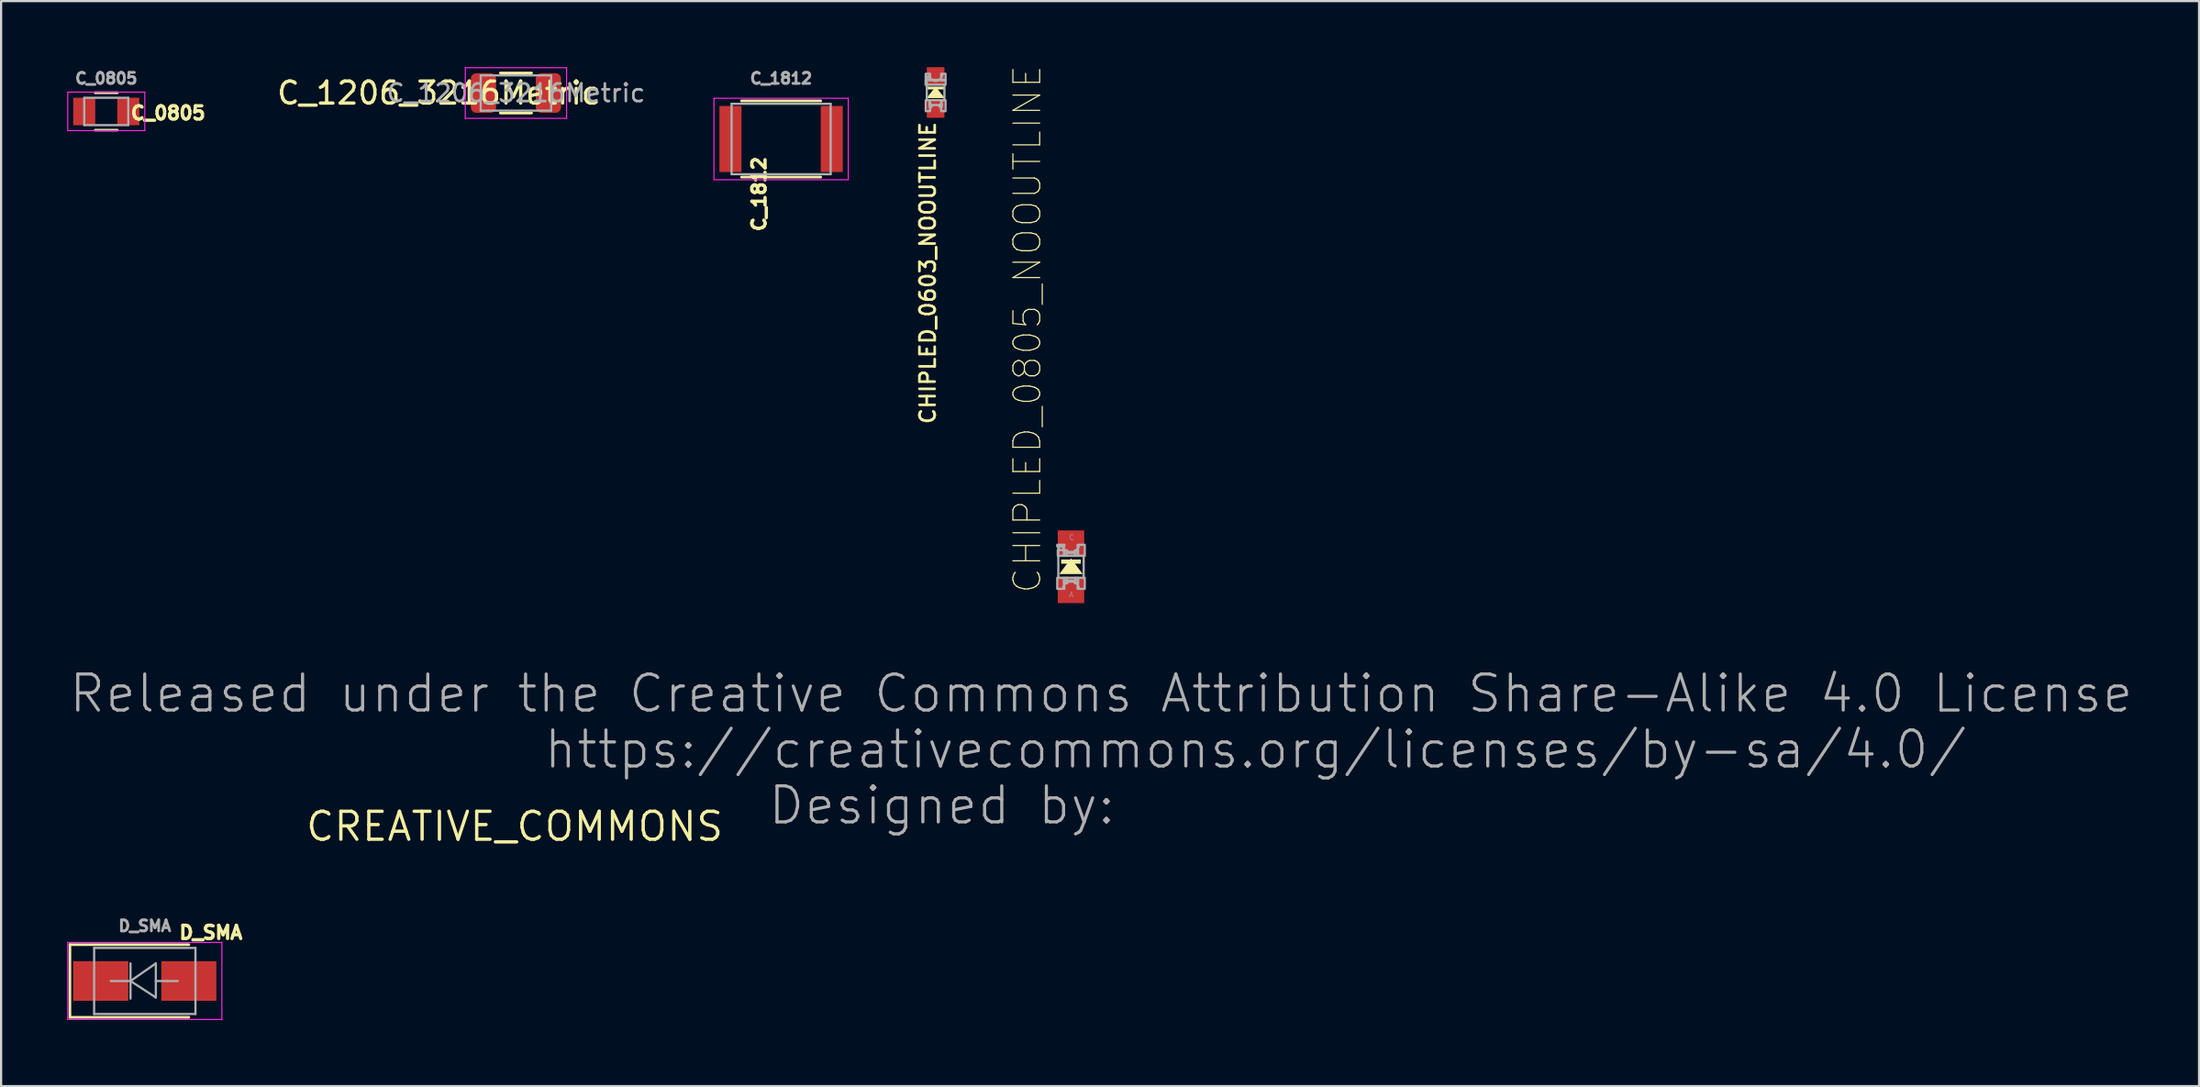
<source format=kicad_pcb>
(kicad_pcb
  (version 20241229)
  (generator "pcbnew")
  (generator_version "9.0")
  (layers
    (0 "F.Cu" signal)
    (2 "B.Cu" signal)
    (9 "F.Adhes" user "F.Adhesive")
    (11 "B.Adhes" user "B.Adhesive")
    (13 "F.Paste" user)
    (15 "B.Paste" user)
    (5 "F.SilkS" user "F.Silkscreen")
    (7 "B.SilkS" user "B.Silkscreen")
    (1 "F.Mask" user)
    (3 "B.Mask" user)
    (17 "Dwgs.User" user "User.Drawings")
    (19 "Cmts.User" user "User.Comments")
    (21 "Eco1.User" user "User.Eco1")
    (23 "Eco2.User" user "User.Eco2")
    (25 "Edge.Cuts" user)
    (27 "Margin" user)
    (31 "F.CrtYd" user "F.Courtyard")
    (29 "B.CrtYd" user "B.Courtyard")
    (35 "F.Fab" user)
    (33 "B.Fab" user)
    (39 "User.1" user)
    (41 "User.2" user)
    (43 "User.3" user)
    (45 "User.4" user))
  (footprint "CREATIVE_COMMONS"
    (layer "F.Cu")
    (at 20.32 34.483)
    (property "Reference" "CREATIVE_COMMONS" (at 0 0 0) (layer "F.SilkS") (effects (font (size 1.27 1.27) (thickness 0.15))))
    (fp_text user "Released under the Creative Commons Attribution Share-Alike 4.0 License" (at -20.32 -5.08 0) (layer "F.Fab") (effects (font (size 1.636 1.636) (thickness 0.142)) (justify left bottom)))
    (fp_text user " https://creativecommons.org/licenses/by-sa/4.0/" (at 0 -2.54 0) (layer "F.Fab") (effects (font (size 1.636 1.636) (thickness 0.142)) (justify left bottom)))
    (fp_text user "Designed by:" (at 11.43 0 0) (layer "F.Fab") (effects (font (size 1.636 1.636) (thickness 0.142)) (justify left bottom))))
  (footprint "CHIPLED_0603_NOOUTLINE"
    (layer "F.Cu")
    (at 39.435 1.15)
    (property "Reference" "CHIPLED_0603_NOOUTLINE" (at -0.762 1.27 270) (layer "F.SilkS") (effects (font (size 0.693 0.693) (thickness 0.12)) (justify right top)))
    (fp_poly (pts (xy 0.413 0.254) (xy -0.413 0.254) (xy 0 -0.262)) (stroke (width 0) (type default)) (fill yes) (layer "F.SilkS"))
    (fp_poly (pts (xy -0.381 -0.14) (xy 0.381 -0.14) (xy 0.381 -0.267) (xy -0.381 -0.267)) (stroke (width 0) (type default)) (fill yes) (layer "F.SilkS"))
    (fp_line (start -0.4 -0.375) (end -0.4 0.35) (stroke (width 0.102) (type solid)) (layer "F.Fab"))
    (fp_line (start 0.4 -0.35) (end 0.4 0.35) (stroke (width 0.102) (type solid)) (layer "F.Fab"))
    (fp_arc (start -0.275 0.825) (mid 0 0.55) (end 0.275 0.825) (stroke (width 0.0508) (type solid)) (layer "F.Fab"))
    (fp_arc (start 0.3 -0.799998) (mid -0.000001 -0.524966) (end -0.3 -0.8) (stroke (width 0.1016) (type solid)) (layer "F.Fab"))
    (fp_circle (center -0.35 -0.625) (end -0.275 -0.625) (stroke (width 0.051) (type solid)) (fill no) (layer "F.Fab"))
    (fp_poly (pts (xy -0.45 -0.7) (xy -0.25 -0.7) (xy -0.25 -0.85) (xy -0.45 -0.85)) (stroke (width 0.1) (type default)) (fill no) (layer "F.Fab"))
    (fp_poly (pts (xy -0.45 -0.35) (xy -0.4 -0.35) (xy -0.4 -0.725) (xy -0.45 -0.725)) (stroke (width 0.1) (type default)) (fill no) (layer "F.Fab"))
    (fp_poly (pts (xy -0.45 -0.35) (xy 0.45 -0.35) (xy 0.45 -0.575) (xy -0.45 -0.575)) (stroke (width 0.1) (type default)) (fill no) (layer "F.Fab"))
    (fp_poly (pts (xy -0.45 0.85) (xy -0.25 0.85) (xy -0.25 0.35) (xy -0.45 0.35)) (stroke (width 0.1) (type default)) (fill no) (layer "F.Fab"))
    (fp_poly (pts (xy -0.275 -0.55) (xy -0.225 -0.55) (xy -0.225 -0.6) (xy -0.275 -0.6)) (stroke (width 0.1) (type default)) (fill no) (layer "F.Fab"))
    (fp_poly (pts (xy -0.275 0.575) (xy 0.275 0.575) (xy 0.275 0.35) (xy -0.275 0.35)) (stroke (width 0.1) (type default)) (fill no) (layer "F.Fab"))
    (fp_poly (pts (xy -0.275 0.65) (xy -0.175 0.65) (xy -0.175 0.55) (xy -0.275 0.55)) (stroke (width 0.1) (type default)) (fill no) (layer "F.Fab"))
    (fp_poly (pts (xy 0.175 0.65) (xy 0.275 0.65) (xy 0.275 0.55) (xy 0.175 0.55)) (stroke (width 0.1) (type default)) (fill no) (layer "F.Fab"))
    (fp_poly (pts (xy 0.25 -0.55) (xy 0.45 -0.55) (xy 0.45 -0.85) (xy 0.25 -0.85)) (stroke (width 0.1) (type default)) (fill no) (layer "F.Fab"))
    (fp_poly (pts (xy 0.25 0.85) (xy 0.45 0.85) (xy 0.45 0.35) (xy 0.25 0.35)) (stroke (width 0.1) (type default)) (fill no) (layer "F.Fab"))
    (pad "A" smd rect (at 0 0.75) (size 0.8 0.8) (layers "F.Cu" "F.Mask" "F.Paste"))
    (pad "C" smd rect (at 0 -0.75) (size 0.8 0.8) (layers "F.Cu" "F.Mask" "F.Paste")))
  (footprint "D_SMA"
    (layer "F.Cu")
    (at 3.525 41.501)
    (property "Reference" "D_SMA" (at 3 -2.2 180) (layer "F.SilkS") (effects (font (size 0.6 0.6) (thickness 0.15))))
    (attr smd)
    (fp_line (start -3.4 -1.65) (end -3.4 1.65) (stroke (width 0.12) (type solid)) (layer "F.SilkS"))
    (fp_line (start -3.4 -1.65) (end 2 -1.65) (stroke (width 0.12) (type solid)) (layer "F.SilkS"))
    (fp_line (start -3.4 1.65) (end 2 1.65) (stroke (width 0.12) (type solid)) (layer "F.SilkS"))
    (fp_line (start -3.5 -1.75) (end 3.5 -1.75) (stroke (width 0.05) (type solid)) (layer "F.CrtYd"))
    (fp_line (start -3.5 1.75) (end -3.5 -1.75) (stroke (width 0.05) (type solid)) (layer "F.CrtYd"))
    (fp_line (start 3.5 -1.75) (end 3.5 1.75) (stroke (width 0.05) (type solid)) (layer "F.CrtYd"))
    (fp_line (start 3.5 1.75) (end -3.5 1.75) (stroke (width 0.05) (type solid)) (layer "F.CrtYd"))
    (fp_line (start -2.3 1.5) (end -2.3 -1.5) (stroke (width 0.1) (type solid)) (layer "F.Fab"))
    (fp_line (start -0.649 -0.799) (end -0.649 0.801) (stroke (width 0.1) (type solid)) (layer "F.Fab"))
    (fp_line (start -0.649 0.001) (end -1.551 0.001) (stroke (width 0.1) (type solid)) (layer "F.Fab"))
    (fp_line (start -0.649 0.001) (end 0.501 -0.799) (stroke (width 0.1) (type solid)) (layer "F.Fab"))
    (fp_line (start -0.649 0.001) (end 0.501 0.75) (stroke (width 0.1) (type solid)) (layer "F.Fab"))
    (fp_line (start 0.501 0.001) (end 1.499 0.001) (stroke (width 0.1) (type solid)) (layer "F.Fab"))
    (fp_line (start 0.501 0.75) (end 0.501 -0.799) (stroke (width 0.1) (type solid)) (layer "F.Fab"))
    (fp_line (start 2.3 -1.5) (end -2.3 -1.5) (stroke (width 0.1) (type solid)) (layer "F.Fab"))
    (fp_line (start 2.3 -1.5) (end 2.3 1.5) (stroke (width 0.1) (type solid)) (layer "F.Fab"))
    (fp_line (start 2.3 1.5) (end -2.3 1.5) (stroke (width 0.1) (type solid)) (layer "F.Fab"))
    (fp_text user "${REFERENCE}" (at 0 -2.5 0) (layer "F.Fab") (effects (font (size 0.5 0.5) (thickness 0.125))))
    (pad "1" smd rect (at -2 0) (size 2.5 1.8) (layers "F.Cu" "F.Mask" "F.Paste"))
    (pad "2" smd rect (at 2 0) (size 2.5 1.8) (layers "F.Cu" "F.Mask" "F.Paste")))
  (footprint "C_1206_3216Metric"
    (layer "F.Cu")
    (at 20.378 1.175)
    (property "Reference" "C_1206_3216Metric" (at -3.5 0 0) (layer "F.SilkS") (effects (font (size 1 1) (thickness 0.15))))
    (attr smd)
    (fp_line (start -0.711 -0.91) (end 0.711 -0.91) (stroke (width 0.12) (type solid)) (layer "F.SilkS"))
    (fp_line (start -0.711 0.91) (end 0.711 0.91) (stroke (width 0.12) (type solid)) (layer "F.SilkS"))
    (fp_line (start -2.3 -1.15) (end 2.3 -1.15) (stroke (width 0.05) (type solid)) (layer "F.CrtYd"))
    (fp_line (start -2.3 1.15) (end -2.3 -1.15) (stroke (width 0.05) (type solid)) (layer "F.CrtYd"))
    (fp_line (start 2.3 -1.15) (end 2.3 1.15) (stroke (width 0.05) (type solid)) (layer "F.CrtYd"))
    (fp_line (start 2.3 1.15) (end -2.3 1.15) (stroke (width 0.05) (type solid)) (layer "F.CrtYd"))
    (fp_line (start -1.6 -0.8) (end 1.6 -0.8) (stroke (width 0.1) (type solid)) (layer "F.Fab"))
    (fp_line (start -1.6 0.8) (end -1.6 -0.8) (stroke (width 0.1) (type solid)) (layer "F.Fab"))
    (fp_line (start 1.6 -0.8) (end 1.6 0.8) (stroke (width 0.1) (type solid)) (layer "F.Fab"))
    (fp_line (start 1.6 0.8) (end -1.6 0.8) (stroke (width 0.1) (type solid)) (layer "F.Fab"))
    (fp_text user "${REFERENCE}" (at 0 0 0) (layer "F.Fab") (effects (font (size 0.8 0.8) (thickness 0.12))))
    (pad "1" smd roundrect (at -1.475 0 180) (size 1.15 1.8) (layers "F.Cu" "F.Mask" "F.Paste") (roundrect_rratio 0.217))
    (pad "2" smd roundrect (at 1.475 0 180) (size 1.15 1.8) (layers "F.Cu" "F.Mask" "F.Paste") (roundrect_rratio 0.217)))
  (footprint "CHIPLED_0805_NOOUTLINE"
    (layer "F.Cu")
    (at 45.582 22.691)
    (property "Reference" "CHIPLED_0805_NOOUTLINE" (at -1.27 1.27 90) (layer "F.SilkS") (effects (font (size 1.217 1.217) (thickness 0.053)) (justify left bottom)))
    (fp_poly (pts (xy 0.533 0.33) (xy -0.533 0.33) (xy 0 -0.381)) (stroke (width 0) (type default)) (fill yes) (layer "F.SilkS"))
    (fp_poly (pts (xy -0.445 -0.141) (xy 0.445 -0.141) (xy 0.445 -0.331) (xy -0.445 -0.331)) (stroke (width 0) (type default)) (fill yes) (layer "F.SilkS"))
    (fp_line (start -0.575 0.5) (end -0.575 -0.925) (stroke (width 0.102) (type solid)) (layer "F.Fab"))
    (fp_line (start 0.575 -0.525) (end 0.575 0.525) (stroke (width 0.102) (type solid)) (layer "F.Fab"))
    (fp_arc (start -0.35 0.925) (mid -0.000001 0.625027) (end 0.35 0.924998) (stroke (width 0.1016) (type solid)) (layer "F.Fab"))
    (fp_arc (start 0.35 -0.924998) (mid -0.000001 -0.625027) (end -0.35 -0.925) (stroke (width 0.1016) (type solid)) (layer "F.Fab"))
    (fp_circle (center -0.45 -0.85) (end -0.347 -0.85) (stroke (width 0.076) (type solid)) (fill no) (layer "F.Fab"))
    (fp_poly (pts (xy -0.625 -0.925) (xy -0.3 -0.925) (xy -0.3 -1) (xy -0.625 -1)) (stroke (width 0.1) (type default)) (fill no) (layer "F.Fab"))
    (fp_poly (pts (xy -0.625 1) (xy -0.3 1) (xy -0.3 0.5) (xy -0.625 0.5)) (stroke (width 0.1) (type default)) (fill no) (layer "F.Fab"))
    (fp_poly (pts (xy -0.6 -0.5) (xy -0.3 -0.5) (xy -0.3 -0.762) (xy -0.6 -0.762)) (stroke (width 0.1) (type default)) (fill no) (layer "F.Fab"))
    (fp_poly (pts (xy -0.325 -0.5) (xy -0.175 -0.5) (xy -0.175 -0.75) (xy -0.325 -0.75)) (stroke (width 0.1) (type default)) (fill no) (layer "F.Fab"))
    (fp_poly (pts (xy -0.325 0.75) (xy -0.175 0.75) (xy -0.175 0.5) (xy -0.325 0.5)) (stroke (width 0.1) (type default)) (fill no) (layer "F.Fab"))
    (fp_poly (pts (xy -0.2 -0.5) (xy 0.2 -0.5) (xy 0.2 -0.675) (xy -0.2 -0.675)) (stroke (width 0.1) (type default)) (fill no) (layer "F.Fab"))
    (fp_poly (pts (xy -0.2 0.675) (xy 0.2 0.675) (xy 0.2 0.5) (xy -0.2 0.5)) (stroke (width 0.1) (type default)) (fill no) (layer "F.Fab"))
    (fp_poly (pts (xy 0.175 -0.5) (xy 0.325 -0.5) (xy 0.325 -0.75) (xy 0.175 -0.75)) (stroke (width 0.1) (type default)) (fill no) (layer "F.Fab"))
    (fp_poly (pts (xy 0.175 0.75) (xy 0.325 0.75) (xy 0.325 0.5) (xy 0.175 0.5)) (stroke (width 0.1) (type default)) (fill no) (layer "F.Fab"))
    (fp_poly (pts (xy 0.3 -0.5) (xy 0.625 -0.5) (xy 0.625 -1) (xy 0.3 -1)) (stroke (width 0.1) (type default)) (fill no) (layer "F.Fab"))
    (fp_poly (pts (xy 0.3 1) (xy 0.625 1) (xy 0.625 0.5) (xy 0.3 0.5)) (stroke (width 0.1) (type default)) (fill no) (layer "F.Fab"))
    (fp_text user "A" (at -0.1 1.4 0) (layer "F.Fab") (effects (font (size 0.234 0.234) (thickness 0.02)) (justify left bottom)))
    (fp_text user "C" (at -0.1 -1.2 0) (layer "F.Fab") (effects (font (size 0.234 0.234) (thickness 0.02)) (justify left bottom)))
    (pad "A" smd rect (at 0 1.05) (size 1.2 1.2) (layers "F.Cu" "F.Mask" "F.Paste"))
    (pad "C" smd rect (at 0 -1.05) (size 1.2 1.2) (layers "F.Cu" "F.Mask" "F.Paste")))
  (footprint "C_0805"
    (layer "F.Cu")
    (at 1.775 2.012)
    (property "Reference" "C_0805" (at 2.808 0.072 180) (layer "F.SilkS") (effects (font (size 0.6 0.6) (thickness 0.15))))
    (attr smd)
    (fp_line (start -0.5 0.85) (end 0.5 0.85) (stroke (width 0.12) (type solid)) (layer "F.SilkS"))
    (fp_line (start 0.5 -0.85) (end -0.5 -0.85) (stroke (width 0.12) (type solid)) (layer "F.SilkS"))
    (fp_line (start -1.75 -0.88) (end -1.75 0.87) (stroke (width 0.05) (type solid)) (layer "F.CrtYd"))
    (fp_line (start -1.75 -0.88) (end 1.75 -0.88) (stroke (width 0.05) (type solid)) (layer "F.CrtYd"))
    (fp_line (start 1.75 0.87) (end -1.75 0.87) (stroke (width 0.05) (type solid)) (layer "F.CrtYd"))
    (fp_line (start 1.75 0.87) (end 1.75 -0.88) (stroke (width 0.05) (type solid)) (layer "F.CrtYd"))
    (fp_line (start -1 -0.62) (end 1 -0.62) (stroke (width 0.1) (type solid)) (layer "F.Fab"))
    (fp_line (start -1 0.62) (end -1 -0.62) (stroke (width 0.1) (type solid)) (layer "F.Fab"))
    (fp_line (start 1 -0.62) (end 1 0.62) (stroke (width 0.1) (type solid)) (layer "F.Fab"))
    (fp_line (start 1 0.62) (end -1 0.62) (stroke (width 0.1) (type solid)) (layer "F.Fab"))
    (fp_text user "${REFERENCE}" (at 0 -1.5 0) (layer "F.Fab") (effects (font (size 0.5 0.5) (thickness 0.125))))
    (pad "1" smd rect (at -1 0) (size 1 1.25) (layers "F.Cu" "F.Mask" "F.Paste"))
    (pad "2" smd rect (at 1 0) (size 1 1.25) (layers "F.Cu" "F.Mask" "F.Paste")))
  (footprint "C_1812"
    (layer "F.Cu")
    (at 32.419 3.262)
    (property "Reference" "C_1812" (at -1 2.5 90) (layer "F.SilkS") (effects (font (size 0.6 0.6) (thickness 0.15))))
    (attr smd)
    (fp_line (start -1.8 1.73) (end 1.8 1.73) (stroke (width 0.12) (type solid)) (layer "F.SilkS"))
    (fp_line (start 1.8 -1.73) (end -1.8 -1.73) (stroke (width 0.12) (type solid)) (layer "F.SilkS"))
    (fp_line (start -3.05 -1.85) (end -3.05 1.85) (stroke (width 0.05) (type solid)) (layer "F.CrtYd"))
    (fp_line (start -3.05 -1.85) (end 3.05 -1.85) (stroke (width 0.05) (type solid)) (layer "F.CrtYd"))
    (fp_line (start 3.05 1.85) (end -3.05 1.85) (stroke (width 0.05) (type solid)) (layer "F.CrtYd"))
    (fp_line (start 3.05 1.85) (end 3.05 -1.85) (stroke (width 0.05) (type solid)) (layer "F.CrtYd"))
    (fp_line (start -2.25 -1.6) (end 2.25 -1.6) (stroke (width 0.1) (type solid)) (layer "F.Fab"))
    (fp_line (start -2.25 1.6) (end -2.25 -1.6) (stroke (width 0.1) (type solid)) (layer "F.Fab"))
    (fp_line (start 2.25 -1.6) (end 2.25 1.6) (stroke (width 0.1) (type solid)) (layer "F.Fab"))
    (fp_line (start 2.25 1.6) (end -2.25 1.6) (stroke (width 0.1) (type solid)) (layer "F.Fab"))
    (fp_text user "${REFERENCE}" (at 0 -2.75 0) (layer "F.Fab") (effects (font (size 0.5 0.5) (thickness 0.125))))
    (pad "1" smd rect (at -2.3 0) (size 1 3) (layers "F.Cu" "F.Mask" "F.Paste"))
    (pad "2" smd rect (at 2.3 0) (size 1 3) (layers "F.Cu" "F.Mask" "F.Paste")))
  (gr_rect
    (start -3 -3)
    (end 96.805 46.276)
    (stroke (width 0.1) (type default))
    (fill no)
    (layer "Edge.Cuts")))
</source>
